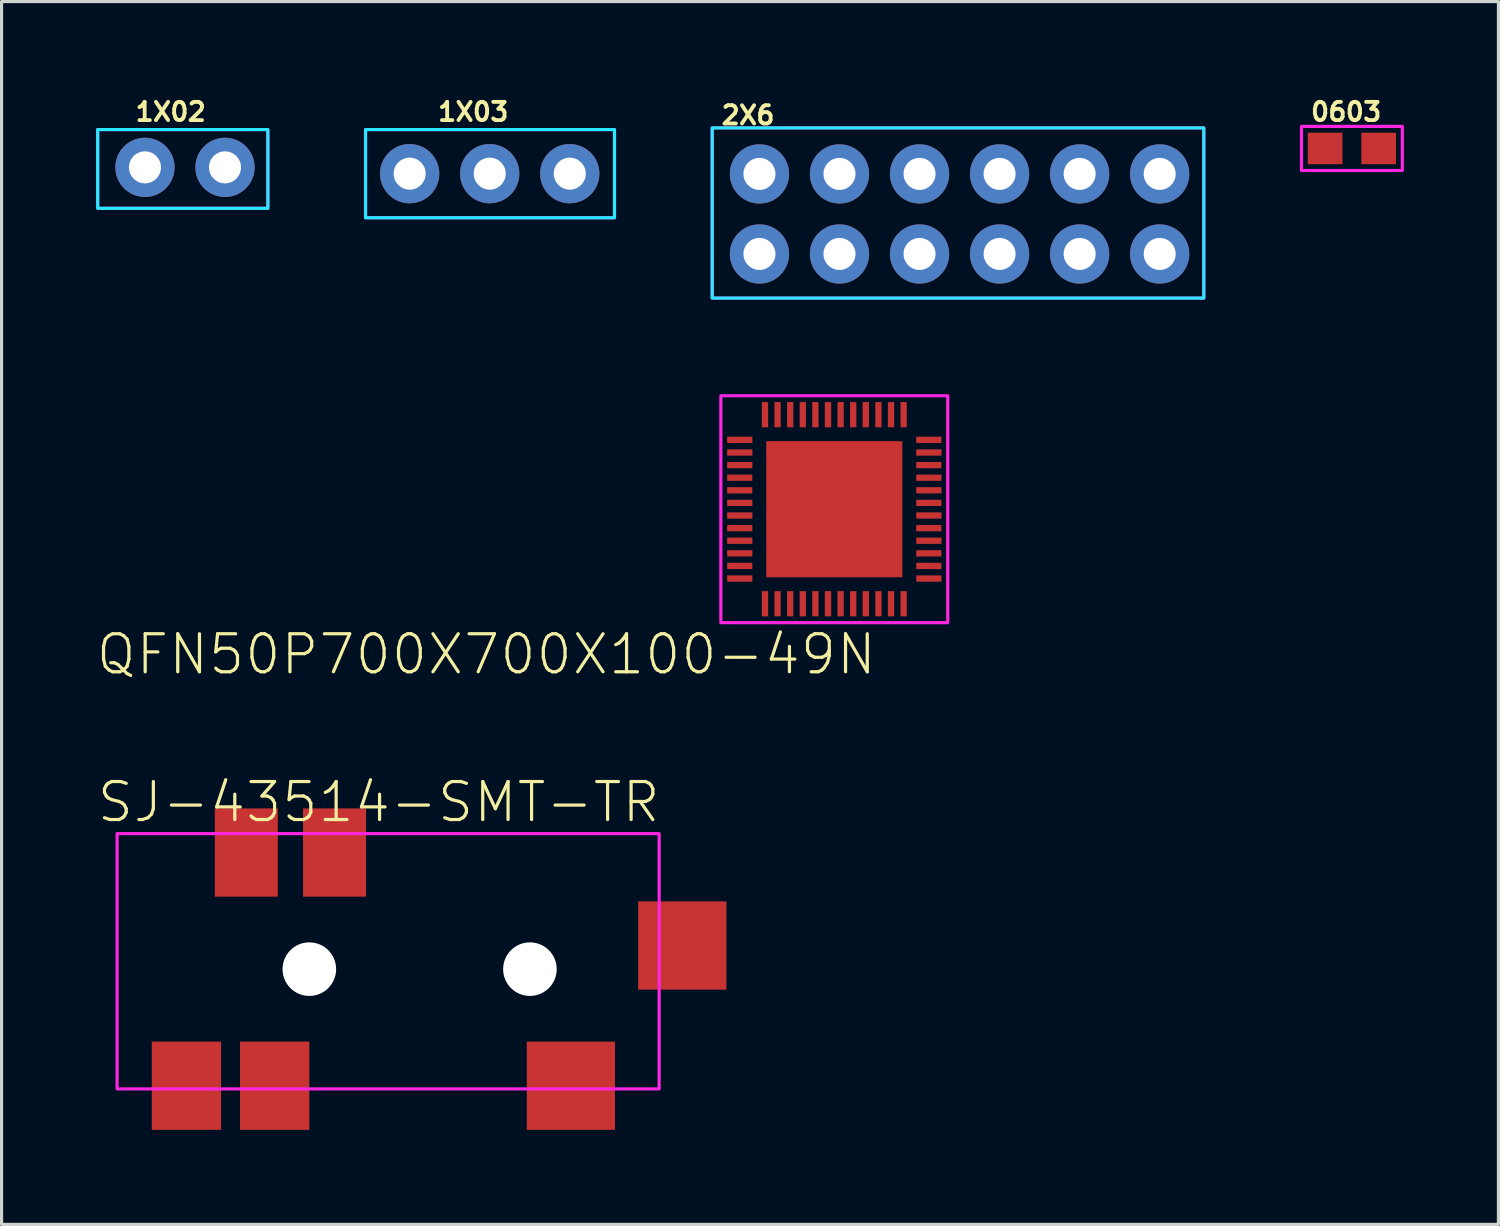
<source format=kicad_pcb>
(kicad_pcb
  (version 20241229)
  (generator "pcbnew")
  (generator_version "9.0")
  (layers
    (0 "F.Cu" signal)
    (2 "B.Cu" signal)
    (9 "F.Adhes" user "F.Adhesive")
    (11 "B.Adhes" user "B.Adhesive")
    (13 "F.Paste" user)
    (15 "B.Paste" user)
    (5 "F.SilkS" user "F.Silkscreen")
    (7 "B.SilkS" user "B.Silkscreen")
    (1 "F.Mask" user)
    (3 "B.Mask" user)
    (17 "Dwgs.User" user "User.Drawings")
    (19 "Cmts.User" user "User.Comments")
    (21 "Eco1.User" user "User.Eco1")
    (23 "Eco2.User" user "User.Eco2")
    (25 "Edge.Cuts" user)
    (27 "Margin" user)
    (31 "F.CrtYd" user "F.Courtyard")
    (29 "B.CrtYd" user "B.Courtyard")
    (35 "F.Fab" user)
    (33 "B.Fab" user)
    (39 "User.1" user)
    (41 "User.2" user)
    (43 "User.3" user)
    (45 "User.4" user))
  (footprint "2X6"
    (layer "F.Cu")
    (at 21.05 5.009)
    (property "Reference" "2X6" (at -1.27 -4.064 0) (layer "F.SilkS") (effects (font (size 0.579 0.579) (thickness 0.122)) (justify left bottom)))
    (attr through_hole)
    (fp_poly (pts (xy -1.5 -4) (xy 14.1 -4) (xy 14.1 1.4) (xy -1.5 1.4)) (stroke (width 0.1) (type solid)) (fill no) (layer "B.CrtYd"))
    (fp_poly (pts (xy -1.5 -4) (xy 14.1 -4) (xy 14.1 1.4) (xy -1.5 1.4)) (stroke (width 0.1) (type solid)) (fill no) (layer "F.CrtYd"))
    (pad "1" thru_hole circle (at 0 0) (size 1.88 1.88) (drill 1.016) (layers "*.Cu" "*.Mask"))
    (pad "2" thru_hole circle (at 0 -2.54) (size 1.88 1.88) (drill 1.016) (layers "*.Cu" "*.Mask"))
    (pad "3" thru_hole circle (at 2.54 0) (size 1.88 1.88) (drill 1.016) (layers "*.Cu" "*.Mask"))
    (pad "4" thru_hole circle (at 2.54 -2.54) (size 1.88 1.88) (drill 1.016) (layers "*.Cu" "*.Mask"))
    (pad "5" thru_hole circle (at 5.08 0) (size 1.88 1.88) (drill 1.016) (layers "*.Cu" "*.Mask"))
    (pad "6" thru_hole circle (at 5.08 -2.54) (size 1.88 1.88) (drill 1.016) (layers "*.Cu" "*.Mask"))
    (pad "7" thru_hole circle (at 7.62 0) (size 1.88 1.88) (drill 1.016) (layers "*.Cu" "*.Mask"))
    (pad "8" thru_hole circle (at 7.62 -2.54) (size 1.88 1.88) (drill 1.016) (layers "*.Cu" "*.Mask"))
    (pad "9" thru_hole circle (at 10.16 0) (size 1.88 1.88) (drill 1.016) (layers "*.Cu" "*.Mask"))
    (pad "10" thru_hole circle (at 10.16 -2.54) (size 1.88 1.88) (drill 1.016) (layers "*.Cu" "*.Mask"))
    (pad "11" thru_hole circle (at 12.7 0) (size 1.88 1.88) (drill 1.016) (layers "*.Cu" "*.Mask"))
    (pad "12" thru_hole circle (at 12.7 -2.54) (size 1.88 1.88) (drill 1.016) (layers "*.Cu" "*.Mask")))
  (footprint "SJ-43514-SMT-TR"
    (layer "F.Cu")
    (at 2.866 31.404)
    (property "Reference" "SJ-43514-SMT-TR" (at 6.1 -9 0) (layer "F.SilkS") (effects (font (size 1.206 1.206) (thickness 0.102))))
    (attr through_hole)
    (fp_poly (pts (xy -2.2 -8) (xy 15 -8) (xy 15 0.1) (xy -2.2 0.1)) (stroke (width 0.1) (type solid)) (fill no) (layer "F.CrtYd"))
    (pad "" np_thru_hole circle (at 3.9 -3.7) (size 1.7 1.7) (drill 1.7) (layers "*.Cu" "*.Mask"))
    (pad "" np_thru_hole circle (at 10.9 -3.7) (size 1.7 1.7) (drill 1.7) (layers "*.Cu" "*.Mask"))
    (pad "1" smd rect (at 0 0 90) (size 2.8 2.2) (layers "F.Cu" "F.Mask" "F.Paste"))
    (pad "2" smd rect (at 12.2 0) (size 2.8 2.8) (layers "F.Cu" "F.Mask" "F.Paste"))
    (pad "3" smd rect (at 4.7 -7.4 90) (size 2.8 2) (layers "F.Cu" "F.Mask" "F.Paste"))
    (pad "4" smd rect (at 2.8 0 90) (size 2.8 2.2) (layers "F.Cu" "F.Mask" "F.Paste"))
    (pad "5" smd rect (at 15.735 -4.45) (size 2.8 2.8) (layers "F.Cu" "F.Mask" "F.Paste"))
    (pad "6" smd rect (at 1.9 -7.4 90) (size 2.8 2) (layers "F.Cu" "F.Mask" "F.Paste")))
  (footprint "0603"
    (layer "F.Cu")
    (at 39.85 1.661)
    (property "Reference" "0603" (at 1 -1.5 0) (layer "F.SilkS") (effects (font (size 0.579 0.579) (thickness 0.122)) (justify right top)))
    (attr through_hole)
    (fp_poly (pts (xy -1.6 -0.7) (xy 1.6 -0.7) (xy 1.6 0.7) (xy -1.6 0.7)) (stroke (width 0.1) (type solid)) (fill no) (layer "F.CrtYd"))
    (pad "1" smd rect (at -0.85 0) (size 1.1 1) (layers "F.Cu" "F.Mask" "F.Paste"))
    (pad "2" smd rect (at 0.85 0) (size 1.1 1) (layers "F.Cu" "F.Mask" "F.Paste")))
  (footprint "1X02"
    (layer "F.Cu")
    (at 1.55 2.261)
    (property "Reference" "1X02" (at 2 -2.1 0) (layer "F.SilkS") (effects (font (size 0.579 0.579) (thickness 0.122)) (justify right top)))
    (attr through_hole)
    (fp_poly (pts (xy -1.5 -1.2) (xy 3.9 -1.2) (xy 3.9 1.3) (xy -1.5 1.3)) (stroke (width 0.1) (type solid)) (fill no) (layer "B.CrtYd"))
    (fp_poly (pts (xy -1.5 -1.2) (xy 3.9 -1.2) (xy 3.9 1.3) (xy -1.5 1.3)) (stroke (width 0.1) (type solid)) (fill no) (layer "F.CrtYd"))
    (pad "1" thru_hole circle (at 0 0 90) (size 1.88 1.88) (drill 1.016) (layers "*.Cu" "*.Mask"))
    (pad "2" thru_hole circle (at 2.54 0 90) (size 1.88 1.88) (drill 1.016) (layers "*.Cu" "*.Mask")))
  (footprint "QFN50P700X700X100-49N"
    (layer "F.Cu")
    (at 23.425 13.109)
    (property "Reference" "QFN50P700X700X100-49N" (at 1.4 3.9 0) (layer "F.SilkS") (effects (font (size 1.206 1.206) (thickness 0.102)) (justify right top)))
    (attr through_hole)
    (fp_poly (pts (xy -3.6 -3.6) (xy 3.6 -3.6) (xy 3.6 3.6) (xy -3.6 3.6)) (stroke (width 0.1) (type solid)) (fill no) (layer "F.CrtYd"))
    (pad "1" smd rect (at -3 -2.2) (size 0.8 0.2) (layers "F.Cu" "F.Mask" "F.Paste"))
    (pad "2" smd rect (at -3 -1.8) (size 0.8 0.2) (layers "F.Cu" "F.Mask" "F.Paste"))
    (pad "3" smd rect (at -3 -1.4) (size 0.8 0.2) (layers "F.Cu" "F.Mask" "F.Paste"))
    (pad "4" smd rect (at -3 -1) (size 0.8 0.2) (layers "F.Cu" "F.Mask" "F.Paste"))
    (pad "5" smd rect (at -3 -0.6) (size 0.8 0.2) (layers "F.Cu" "F.Mask" "F.Paste"))
    (pad "6" smd rect (at -3 -0.2) (size 0.8 0.2) (layers "F.Cu" "F.Mask" "F.Paste"))
    (pad "7" smd rect (at -3 0.2) (size 0.8 0.2) (layers "F.Cu" "F.Mask" "F.Paste"))
    (pad "8" smd rect (at -3 0.6) (size 0.8 0.2) (layers "F.Cu" "F.Mask" "F.Paste"))
    (pad "9" smd rect (at -3 1) (size 0.8 0.2) (layers "F.Cu" "F.Mask" "F.Paste"))
    (pad "10" smd rect (at -3 1.4) (size 0.8 0.2) (layers "F.Cu" "F.Mask" "F.Paste"))
    (pad "11" smd rect (at -3 1.8) (size 0.8 0.2) (layers "F.Cu" "F.Mask" "F.Paste"))
    (pad "12" smd rect (at -3 2.2) (size 0.8 0.2) (layers "F.Cu" "F.Mask" "F.Paste"))
    (pad "13" smd rect (at -2.2 3 90) (size 0.8 0.2) (layers "F.Cu" "F.Mask" "F.Paste"))
    (pad "14" smd rect (at -1.8 3 90) (size 0.8 0.2) (layers "F.Cu" "F.Mask" "F.Paste"))
    (pad "15" smd rect (at -1.4 3 90) (size 0.8 0.2) (layers "F.Cu" "F.Mask" "F.Paste"))
    (pad "16" smd rect (at -1 3 90) (size 0.8 0.2) (layers "F.Cu" "F.Mask" "F.Paste"))
    (pad "17" smd rect (at -0.6 3 90) (size 0.8 0.2) (layers "F.Cu" "F.Mask" "F.Paste"))
    (pad "18" smd rect (at -0.2 3 90) (size 0.8 0.2) (layers "F.Cu" "F.Mask" "F.Paste"))
    (pad "19" smd rect (at 0.2 3 90) (size 0.8 0.2) (layers "F.Cu" "F.Mask" "F.Paste"))
    (pad "20" smd rect (at 0.6 3 90) (size 0.8 0.2) (layers "F.Cu" "F.Mask" "F.Paste"))
    (pad "21" smd rect (at 1 3 90) (size 0.8 0.2) (layers "F.Cu" "F.Mask" "F.Paste"))
    (pad "22" smd rect (at 1.4 3 90) (size 0.8 0.2) (layers "F.Cu" "F.Mask" "F.Paste"))
    (pad "23" smd rect (at 1.8 3 90) (size 0.8 0.2) (layers "F.Cu" "F.Mask" "F.Paste"))
    (pad "24" smd rect (at 2.2 3 90) (size 0.8 0.2) (layers "F.Cu" "F.Mask" "F.Paste"))
    (pad "25" smd rect (at 3 2.2) (size 0.8 0.2) (layers "F.Cu" "F.Mask" "F.Paste"))
    (pad "26" smd rect (at 3 1.8) (size 0.8 0.2) (layers "F.Cu" "F.Mask" "F.Paste"))
    (pad "27" smd rect (at 3 1.4) (size 0.8 0.2) (layers "F.Cu" "F.Mask" "F.Paste"))
    (pad "28" smd rect (at 3 1) (size 0.8 0.2) (layers "F.Cu" "F.Mask" "F.Paste"))
    (pad "29" smd rect (at 3 0.6) (size 0.8 0.2) (layers "F.Cu" "F.Mask" "F.Paste"))
    (pad "30" smd rect (at 3 0.2) (size 0.8 0.2) (layers "F.Cu" "F.Mask" "F.Paste"))
    (pad "31" smd rect (at 3 -0.2) (size 0.8 0.2) (layers "F.Cu" "F.Mask" "F.Paste"))
    (pad "32" smd rect (at 3 -0.6) (size 0.8 0.2) (layers "F.Cu" "F.Mask" "F.Paste"))
    (pad "33" smd rect (at 3 -1) (size 0.8 0.2) (layers "F.Cu" "F.Mask" "F.Paste"))
    (pad "34" smd rect (at 3 -1.4) (size 0.8 0.2) (layers "F.Cu" "F.Mask" "F.Paste"))
    (pad "35" smd rect (at 3 -1.8) (size 0.8 0.2) (layers "F.Cu" "F.Mask" "F.Paste"))
    (pad "36" smd rect (at 3 -2.2) (size 0.8 0.2) (layers "F.Cu" "F.Mask" "F.Paste"))
    (pad "37" smd rect (at 2.2 -3 90) (size 0.8 0.2) (layers "F.Cu" "F.Mask" "F.Paste"))
    (pad "38" smd rect (at 1.8 -3 90) (size 0.8 0.2) (layers "F.Cu" "F.Mask" "F.Paste"))
    (pad "39" smd rect (at 1.4 -3 90) (size 0.8 0.2) (layers "F.Cu" "F.Mask" "F.Paste"))
    (pad "40" smd rect (at 1 -3 90) (size 0.8 0.2) (layers "F.Cu" "F.Mask" "F.Paste"))
    (pad "41" smd rect (at 0.6 -3 90) (size 0.8 0.2) (layers "F.Cu" "F.Mask" "F.Paste"))
    (pad "42" smd rect (at 0.2 -3 90) (size 0.8 0.2) (layers "F.Cu" "F.Mask" "F.Paste"))
    (pad "43" smd rect (at -0.2 -3 90) (size 0.8 0.2) (layers "F.Cu" "F.Mask" "F.Paste"))
    (pad "44" smd rect (at -0.6 -3 90) (size 0.8 0.2) (layers "F.Cu" "F.Mask" "F.Paste"))
    (pad "45" smd rect (at -1 -3 90) (size 0.8 0.2) (layers "F.Cu" "F.Mask" "F.Paste"))
    (pad "46" smd rect (at -1.4 -3 90) (size 0.8 0.2) (layers "F.Cu" "F.Mask" "F.Paste"))
    (pad "47" smd rect (at -1.8 -3 90) (size 0.8 0.2) (layers "F.Cu" "F.Mask" "F.Paste"))
    (pad "48" smd rect (at -2.2 -3 90) (size 0.8 0.2) (layers "F.Cu" "F.Mask" "F.Paste"))
    (pad "49" smd rect (at 0 0 90) (size 4.318 4.318) (layers "F.Cu" "F.Mask" "F.Paste")))
  (footprint "1X03"
    (layer "F.Cu")
    (at 9.95 2.461)
    (property "Reference" "1X03" (at 3.2 -2.3 0) (layer "F.SilkS") (effects (font (size 0.579 0.579) (thickness 0.122)) (justify right top)))
    (attr through_hole)
    (fp_poly (pts (xy -1.4 -1.4) (xy 6.5 -1.4) (xy 6.5 1.4) (xy -1.4 1.4)) (stroke (width 0.1) (type solid)) (fill no) (layer "B.CrtYd"))
    (fp_poly (pts (xy -1.4 -1.4) (xy 6.5 -1.4) (xy 6.5 1.4) (xy -1.4 1.4)) (stroke (width 0.1) (type solid)) (fill no) (layer "F.CrtYd"))
    (pad "1" thru_hole circle (at 0 0 90) (size 1.88 1.88) (drill 1.016) (layers "*.Cu" "*.Mask"))
    (pad "2" thru_hole circle (at 2.54 0 90) (size 1.88 1.88) (drill 1.016) (layers "*.Cu" "*.Mask"))
    (pad "3" thru_hole circle (at 5.08 0 90) (size 1.88 1.88) (drill 1.016) (layers "*.Cu" "*.Mask")))
  (gr_rect
    (start -3 -3)
    (end 44.5 35.804)
    (stroke (width 0.1) (type default))
    (fill no)
    (layer "Edge.Cuts")))
</source>
